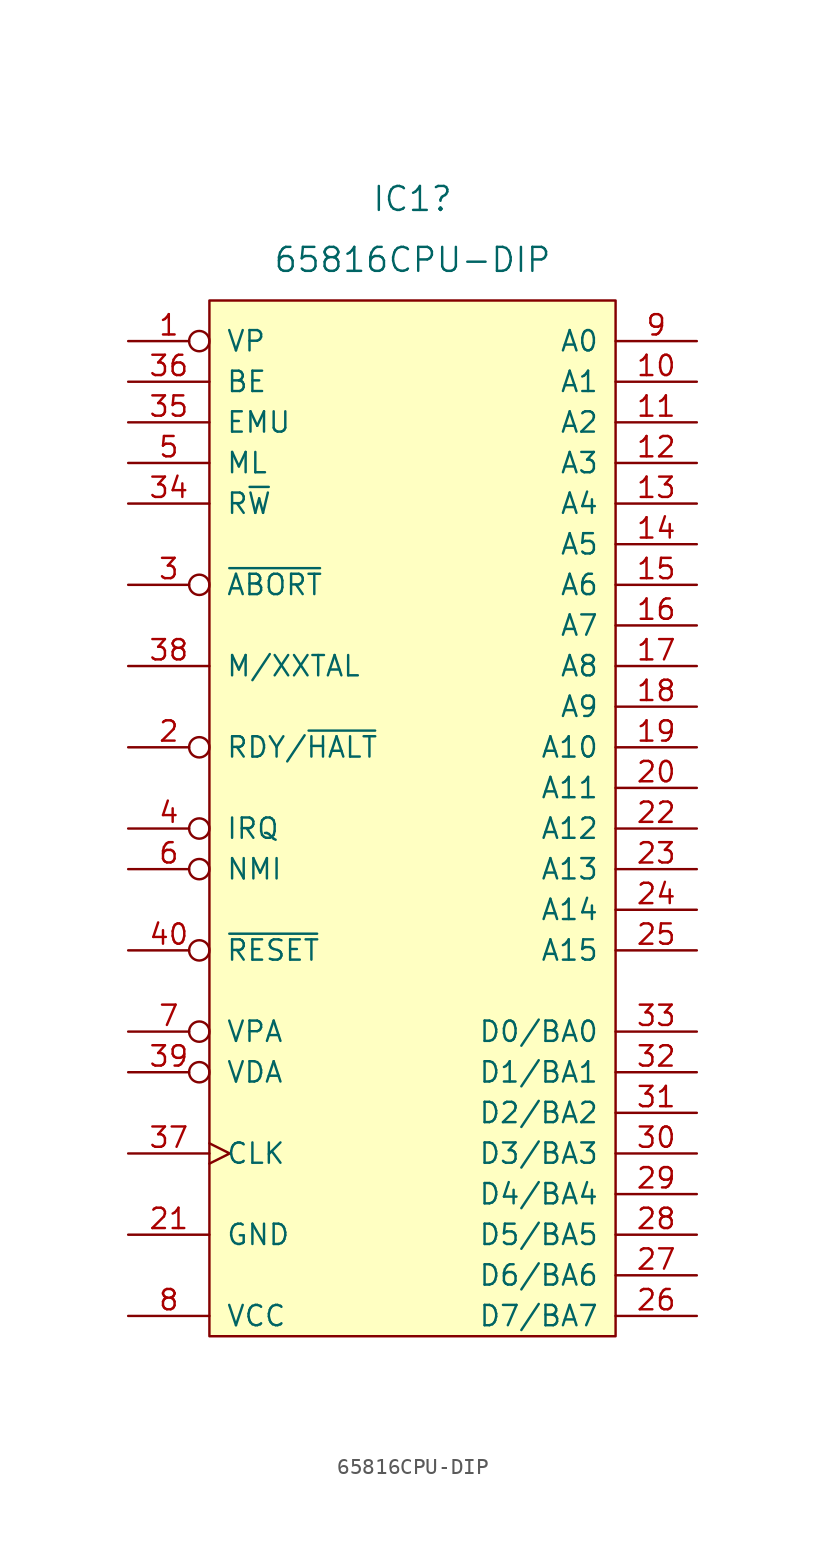
<source format=kicad_sym>
(kicad_symbol_lib
  (version 20211014)
  (generator kicad_symbol_editor)
  (symbol "65816CPU-DIP"
    (pin_names
      (offset 1.016))
    (property "Reference" "IC1"
      (at 12.7 6.35 0)
      (effects (font (size 1.499 1.499))))
    (property "Value" "65816CPU-DIP"
      (at 12.7 2.54 0)
      (effects (font (size 1.499 1.499))))
    (symbol "65816CPU-DIP_1_0"
      (rectangle (start 0 0) (end 25.4 -64.77) (stroke (width 0) (type default) (color 0 0 0 0)) (fill (type background)))
      (pin output inverted (at -5.08 -2.54 0) (length 5.08) (name "VP" (effects (font (size 1.27 1.27)))) (number "1" (effects (font (size 1.27 1.27)))))
      (pin output line (at 30.48 -5.08 180) (length 5.08) (name "A1" (effects (font (size 1.27 1.27)))) (number "10" (effects (font (size 1.27 1.27)))))
      (pin output line (at 30.48 -7.62 180) (length 5.08) (name "A2" (effects (font (size 1.27 1.27)))) (number "11" (effects (font (size 1.27 1.27)))))
      (pin output line (at 30.48 -10.16 180) (length 5.08) (name "A3" (effects (font (size 1.27 1.27)))) (number "12" (effects (font (size 1.27 1.27)))))
      (pin output line (at 30.48 -12.7 180) (length 5.08) (name "A4" (effects (font (size 1.27 1.27)))) (number "13" (effects (font (size 1.27 1.27)))))
      (pin output line (at 30.48 -15.24 180) (length 5.08) (name "A5" (effects (font (size 1.27 1.27)))) (number "14" (effects (font (size 1.27 1.27)))))
      (pin output line (at 30.48 -17.78 180) (length 5.08) (name "A6" (effects (font (size 1.27 1.27)))) (number "15" (effects (font (size 1.27 1.27)))))
      (pin output line (at 30.48 -20.32 180) (length 5.08) (name "A7" (effects (font (size 1.27 1.27)))) (number "16" (effects (font (size 1.27 1.27)))))
      (pin output line (at 30.48 -22.86 180) (length 5.08) (name "A8" (effects (font (size 1.27 1.27)))) (number "17" (effects (font (size 1.27 1.27)))))
      (pin output line (at 30.48 -25.4 180) (length 5.08) (name "A9" (effects (font (size 1.27 1.27)))) (number "18" (effects (font (size 1.27 1.27)))))
      (pin output line (at 30.48 -27.94 180) (length 5.08) (name "A10" (effects (font (size 1.27 1.27)))) (number "19" (effects (font (size 1.27 1.27)))))
      (pin bidirectional inverted (at -5.08 -27.94 0) (length 5.08) (name "RDY/~{HALT}" (effects (font (size 1.27 1.27)))) (number "2" (effects (font (size 1.27 1.27)))))
      (pin output line (at 30.48 -30.48 180) (length 5.08) (name "A11" (effects (font (size 1.27 1.27)))) (number "20" (effects (font (size 1.27 1.27)))))
      (pin power_in line (at -5.08 -58.42 0) (length 5.08) (name "GND" (effects (font (size 1.27 1.27)))) (number "21" (effects (font (size 1.27 1.27)))))
      (pin output line (at 30.48 -33.02 180) (length 5.08) (name "A12" (effects (font (size 1.27 1.27)))) (number "22" (effects (font (size 1.27 1.27)))))
      (pin output line (at 30.48 -35.56 180) (length 5.08) (name "A13" (effects (font (size 1.27 1.27)))) (number "23" (effects (font (size 1.27 1.27)))))
      (pin output line (at 30.48 -38.1 180) (length 5.08) (name "A14" (effects (font (size 1.27 1.27)))) (number "24" (effects (font (size 1.27 1.27)))))
      (pin output line (at 30.48 -40.64 180) (length 5.08) (name "A15" (effects (font (size 1.27 1.27)))) (number "25" (effects (font (size 1.27 1.27)))))
      (pin bidirectional line (at 30.48 -63.5 180) (length 5.08) (name "D7/BA7" (effects (font (size 1.27 1.27)))) (number "26" (effects (font (size 1.27 1.27)))))
      (pin bidirectional line (at 30.48 -60.96 180) (length 5.08) (name "D6/BA6" (effects (font (size 1.27 1.27)))) (number "27" (effects (font (size 1.27 1.27)))))
      (pin bidirectional line (at 30.48 -58.42 180) (length 5.08) (name "D5/BA5" (effects (font (size 1.27 1.27)))) (number "28" (effects (font (size 1.27 1.27)))))
      (pin bidirectional line (at 30.48 -55.88 180) (length 5.08) (name "D4/BA4" (effects (font (size 1.27 1.27)))) (number "29" (effects (font (size 1.27 1.27)))))
      (pin input inverted (at -5.08 -17.78 0) (length 5.08) (name "~{ABORT}" (effects (font (size 1.27 1.27)))) (number "3" (effects (font (size 1.27 1.27)))))
      (pin bidirectional line (at 30.48 -53.34 180) (length 5.08) (name "D3/BA3" (effects (font (size 1.27 1.27)))) (number "30" (effects (font (size 1.27 1.27)))))
      (pin bidirectional line (at 30.48 -50.8 180) (length 5.08) (name "D2/BA2" (effects (font (size 1.27 1.27)))) (number "31" (effects (font (size 1.27 1.27)))))
      (pin bidirectional line (at 30.48 -48.26 180) (length 5.08) (name "D1/BA1" (effects (font (size 1.27 1.27)))) (number "32" (effects (font (size 1.27 1.27)))))
      (pin bidirectional line (at 30.48 -45.72 180) (length 5.08) (name "D0/BA0" (effects (font (size 1.27 1.27)))) (number "33" (effects (font (size 1.27 1.27)))))
      (pin output line (at -5.08 -12.7 0) (length 5.08) (name "R~{W}" (effects (font (size 1.27 1.27)))) (number "34" (effects (font (size 1.27 1.27)))))
      (pin output line (at -5.08 -7.62 0) (length 5.08) (name "EMU" (effects (font (size 1.27 1.27)))) (number "35" (effects (font (size 1.27 1.27)))))
      (pin input line (at -5.08 -5.08 0) (length 5.08) (name "BE" (effects (font (size 1.27 1.27)))) (number "36" (effects (font (size 1.27 1.27)))))
      (pin input clock (at -5.08 -53.34 0) (length 5.08) (name "CLK" (effects (font (size 1.27 1.27)))) (number "37" (effects (font (size 1.27 1.27)))))
      (pin output line (at -5.08 -22.86 0) (length 5.08) (name "M/XXTAL" (effects (font (size 1.27 1.27)))) (number "38" (effects (font (size 1.27 1.27)))))
      (pin output inverted (at -5.08 -48.26 0) (length 5.08) (name "VDA" (effects (font (size 1.27 1.27)))) (number "39" (effects (font (size 1.27 1.27)))))
      (pin input inverted (at -5.08 -33.02 0) (length 5.08) (name "IRQ" (effects (font (size 1.27 1.27)))) (number "4" (effects (font (size 1.27 1.27)))))
      (pin input inverted (at -5.08 -40.64 0) (length 5.08) (name "~{RESET}" (effects (font (size 1.27 1.27)))) (number "40" (effects (font (size 1.27 1.27)))))
      (pin output line (at -5.08 -10.16 0) (length 5.08) (name "ML" (effects (font (size 1.27 1.27)))) (number "5" (effects (font (size 1.27 1.27)))))
      (pin input inverted (at -5.08 -35.56 0) (length 5.08) (name "NMI" (effects (font (size 1.27 1.27)))) (number "6" (effects (font (size 1.27 1.27)))))
      (pin output inverted (at -5.08 -45.72 0) (length 5.08) (name "VPA" (effects (font (size 1.27 1.27)))) (number "7" (effects (font (size 1.27 1.27)))))
      (pin power_in line (at -5.08 -63.5 0) (length 5.08) (name "VCC" (effects (font (size 1.27 1.27)))) (number "8" (effects (font (size 1.27 1.27)))))
      (pin output line (at 30.48 -2.54 180) (length 5.08) (name "A0" (effects (font (size 1.27 1.27)))) (number "9" (effects (font (size 1.27 1.27))))))))
</source>
